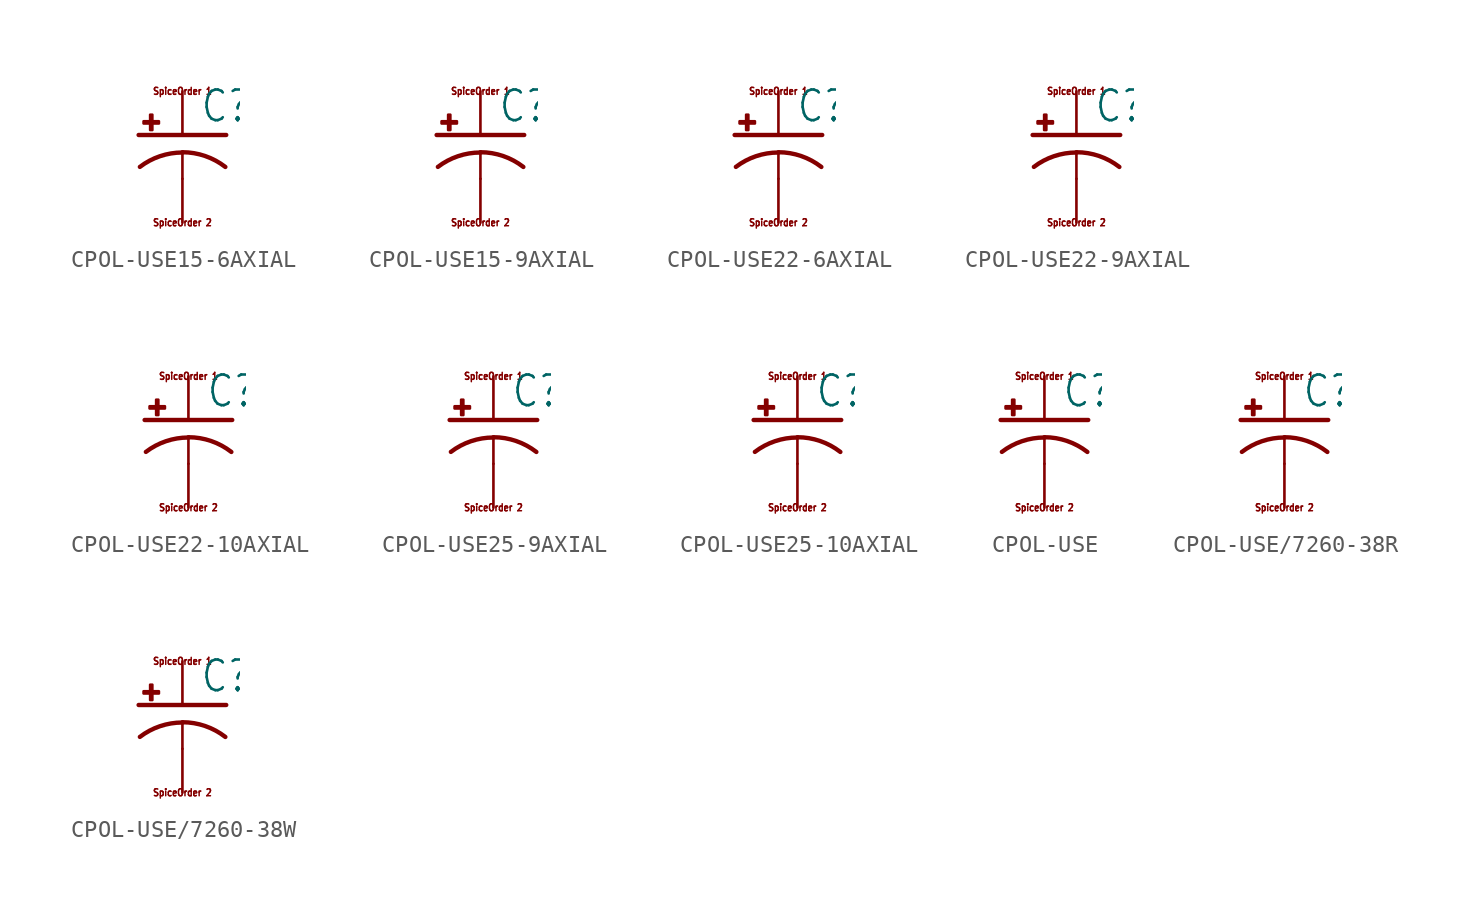
<source format=kicad_sym>
(kicad_symbol_lib
  (version 20231120)
  (generator "kicad_symbol_editor")
  (generator_version "8.0")
  (symbol "CPOL-USE15-6AXIAL"
    (property "Reference" "C"
      (at 1.016 0.635 0)
      (effects (font (size 1.778 1.511)) (justify left bottom)))
    (property "Value" ""
      (at 1.016 -4.191 0)
      (effects (font (size 1.778 1.511)) (justify left bottom)))
    (property "ki_locked" ""
      (at 0 0 0)
      (effects (font (size 1.27 1.27))))
    (symbol "CPOL-USE15-6AXIAL_1_0"
      (rectangle (start -2.253 0.668) (end -1.364 0.795) (stroke (width 0) (type default)) (fill (type outline)))
      (rectangle (start -1.872 0.287) (end -1.745 1.176) (stroke (width 0) (type default)) (fill (type outline)))
      (arc (start 0 -1.0161) (mid -1.3021 -1.2303) (end -2.4669 -1.8504) (stroke (width 0.254) (type solid)) (fill (type none)))
      (polyline (pts (xy -2.54 0) (xy 2.54 0)) (stroke (width 0.254) (type solid)) (fill (type none)))
      (polyline (pts (xy 0 -1.016) (xy 0 -2.54)) (stroke (width 0.152) (type solid)) (fill (type none)))
      (arc (start 2.4892 -1.8541) (mid 1.3158 -1.2194) (end 0 -1) (stroke (width 0.254) (type solid)) (fill (type none)))
      (text "SpiceOrder 1" (at 0 2.54 0) (effects (font (size 0.406 0.345))))
      (text "SpiceOrder 2" (at 0 -5.08 0) (effects (font (size 0.406 0.345))))
      (pin passive line (at 0 2.54 270) (length 2.54) (name "+" (effects (font (size 0 0)))) (number "+" (effects (font (size 0 0)))))
      (pin passive line (at 0 -5.08 90) (length 2.54) (name "-" (effects (font (size 0 0)))) (number "-" (effects (font (size 0 0)))))))
  (symbol "CPOL-USE15-9AXIAL"
    (property "Reference" "C"
      (at 1.016 0.635 0)
      (effects (font (size 1.778 1.511)) (justify left bottom)))
    (property "Value" ""
      (at 1.016 -4.191 0)
      (effects (font (size 1.778 1.511)) (justify left bottom)))
    (property "ki_locked" ""
      (at 0 0 0)
      (effects (font (size 1.27 1.27))))
    (symbol "CPOL-USE15-9AXIAL_1_0"
      (rectangle (start -2.253 0.668) (end -1.364 0.795) (stroke (width 0) (type default)) (fill (type outline)))
      (rectangle (start -1.872 0.287) (end -1.745 1.176) (stroke (width 0) (type default)) (fill (type outline)))
      (arc (start 0 -1.0161) (mid -1.3021 -1.2303) (end -2.4669 -1.8504) (stroke (width 0.254) (type solid)) (fill (type none)))
      (polyline (pts (xy -2.54 0) (xy 2.54 0)) (stroke (width 0.254) (type solid)) (fill (type none)))
      (polyline (pts (xy 0 -1.016) (xy 0 -2.54)) (stroke (width 0.152) (type solid)) (fill (type none)))
      (arc (start 2.4892 -1.8541) (mid 1.3158 -1.2194) (end 0 -1) (stroke (width 0.254) (type solid)) (fill (type none)))
      (text "SpiceOrder 1" (at 0 2.54 0) (effects (font (size 0.406 0.345))))
      (text "SpiceOrder 2" (at 0 -5.08 0) (effects (font (size 0.406 0.345))))
      (pin passive line (at 0 2.54 270) (length 2.54) (name "+" (effects (font (size 0 0)))) (number "+" (effects (font (size 0 0)))))
      (pin passive line (at 0 -5.08 90) (length 2.54) (name "-" (effects (font (size 0 0)))) (number "-" (effects (font (size 0 0)))))))
  (symbol "CPOL-USE22-6AXIAL"
    (property "Reference" "C"
      (at 1.016 0.635 0)
      (effects (font (size 1.778 1.511)) (justify left bottom)))
    (property "Value" ""
      (at 1.016 -4.191 0)
      (effects (font (size 1.778 1.511)) (justify left bottom)))
    (property "ki_locked" ""
      (at 0 0 0)
      (effects (font (size 1.27 1.27))))
    (symbol "CPOL-USE22-6AXIAL_1_0"
      (rectangle (start -2.253 0.668) (end -1.364 0.795) (stroke (width 0) (type default)) (fill (type outline)))
      (rectangle (start -1.872 0.287) (end -1.745 1.176) (stroke (width 0) (type default)) (fill (type outline)))
      (arc (start 0 -1.0161) (mid -1.3021 -1.2303) (end -2.4669 -1.8504) (stroke (width 0.254) (type solid)) (fill (type none)))
      (polyline (pts (xy -2.54 0) (xy 2.54 0)) (stroke (width 0.254) (type solid)) (fill (type none)))
      (polyline (pts (xy 0 -1.016) (xy 0 -2.54)) (stroke (width 0.152) (type solid)) (fill (type none)))
      (arc (start 2.4892 -1.8541) (mid 1.3158 -1.2194) (end 0 -1) (stroke (width 0.254) (type solid)) (fill (type none)))
      (text "SpiceOrder 1" (at 0 2.54 0) (effects (font (size 0.406 0.345))))
      (text "SpiceOrder 2" (at 0 -5.08 0) (effects (font (size 0.406 0.345))))
      (pin passive line (at 0 2.54 270) (length 2.54) (name "+" (effects (font (size 0 0)))) (number "+" (effects (font (size 0 0)))))
      (pin passive line (at 0 -5.08 90) (length 2.54) (name "-" (effects (font (size 0 0)))) (number "-" (effects (font (size 0 0)))))))
  (symbol "CPOL-USE22-9AXIAL"
    (property "Reference" "C"
      (at 1.016 0.635 0)
      (effects (font (size 1.778 1.511)) (justify left bottom)))
    (property "Value" ""
      (at 1.016 -4.191 0)
      (effects (font (size 1.778 1.511)) (justify left bottom)))
    (property "ki_locked" ""
      (at 0 0 0)
      (effects (font (size 1.27 1.27))))
    (symbol "CPOL-USE22-9AXIAL_1_0"
      (rectangle (start -2.253 0.668) (end -1.364 0.795) (stroke (width 0) (type default)) (fill (type outline)))
      (rectangle (start -1.872 0.287) (end -1.745 1.176) (stroke (width 0) (type default)) (fill (type outline)))
      (arc (start 0 -1.0161) (mid -1.3021 -1.2303) (end -2.4669 -1.8504) (stroke (width 0.254) (type solid)) (fill (type none)))
      (polyline (pts (xy -2.54 0) (xy 2.54 0)) (stroke (width 0.254) (type solid)) (fill (type none)))
      (polyline (pts (xy 0 -1.016) (xy 0 -2.54)) (stroke (width 0.152) (type solid)) (fill (type none)))
      (arc (start 2.4892 -1.8541) (mid 1.3158 -1.2194) (end 0 -1) (stroke (width 0.254) (type solid)) (fill (type none)))
      (text "SpiceOrder 1" (at 0 2.54 0) (effects (font (size 0.406 0.345))))
      (text "SpiceOrder 2" (at 0 -5.08 0) (effects (font (size 0.406 0.345))))
      (pin passive line (at 0 2.54 270) (length 2.54) (name "+" (effects (font (size 0 0)))) (number "+" (effects (font (size 0 0)))))
      (pin passive line (at 0 -5.08 90) (length 2.54) (name "-" (effects (font (size 0 0)))) (number "-" (effects (font (size 0 0)))))))
  (symbol "CPOL-USE22-10AXIAL"
    (property "Reference" "C"
      (at 1.016 0.635 0)
      (effects (font (size 1.778 1.511)) (justify left bottom)))
    (property "Value" ""
      (at 1.016 -4.191 0)
      (effects (font (size 1.778 1.511)) (justify left bottom)))
    (property "ki_locked" ""
      (at 0 0 0)
      (effects (font (size 1.27 1.27))))
    (symbol "CPOL-USE22-10AXIAL_1_0"
      (rectangle (start -2.253 0.668) (end -1.364 0.795) (stroke (width 0) (type default)) (fill (type outline)))
      (rectangle (start -1.872 0.287) (end -1.745 1.176) (stroke (width 0) (type default)) (fill (type outline)))
      (arc (start 0 -1.0161) (mid -1.3021 -1.2303) (end -2.4669 -1.8504) (stroke (width 0.254) (type solid)) (fill (type none)))
      (polyline (pts (xy -2.54 0) (xy 2.54 0)) (stroke (width 0.254) (type solid)) (fill (type none)))
      (polyline (pts (xy 0 -1.016) (xy 0 -2.54)) (stroke (width 0.152) (type solid)) (fill (type none)))
      (arc (start 2.4892 -1.8541) (mid 1.3158 -1.2194) (end 0 -1) (stroke (width 0.254) (type solid)) (fill (type none)))
      (text "SpiceOrder 1" (at 0 2.54 0) (effects (font (size 0.406 0.345))))
      (text "SpiceOrder 2" (at 0 -5.08 0) (effects (font (size 0.406 0.345))))
      (pin passive line (at 0 2.54 270) (length 2.54) (name "+" (effects (font (size 0 0)))) (number "+" (effects (font (size 0 0)))))
      (pin passive line (at 0 -5.08 90) (length 2.54) (name "-" (effects (font (size 0 0)))) (number "-" (effects (font (size 0 0)))))))
  (symbol "CPOL-USE25-9AXIAL"
    (property "Reference" "C"
      (at 1.016 0.635 0)
      (effects (font (size 1.778 1.511)) (justify left bottom)))
    (property "Value" ""
      (at 1.016 -4.191 0)
      (effects (font (size 1.778 1.511)) (justify left bottom)))
    (property "ki_locked" ""
      (at 0 0 0)
      (effects (font (size 1.27 1.27))))
    (symbol "CPOL-USE25-9AXIAL_1_0"
      (rectangle (start -2.253 0.668) (end -1.364 0.795) (stroke (width 0) (type default)) (fill (type outline)))
      (rectangle (start -1.872 0.287) (end -1.745 1.176) (stroke (width 0) (type default)) (fill (type outline)))
      (arc (start 0 -1.0161) (mid -1.3021 -1.2303) (end -2.4669 -1.8504) (stroke (width 0.254) (type solid)) (fill (type none)))
      (polyline (pts (xy -2.54 0) (xy 2.54 0)) (stroke (width 0.254) (type solid)) (fill (type none)))
      (polyline (pts (xy 0 -1.016) (xy 0 -2.54)) (stroke (width 0.152) (type solid)) (fill (type none)))
      (arc (start 2.4892 -1.8541) (mid 1.3158 -1.2194) (end 0 -1) (stroke (width 0.254) (type solid)) (fill (type none)))
      (text "SpiceOrder 1" (at 0 2.54 0) (effects (font (size 0.406 0.345))))
      (text "SpiceOrder 2" (at 0 -5.08 0) (effects (font (size 0.406 0.345))))
      (pin passive line (at 0 2.54 270) (length 2.54) (name "+" (effects (font (size 0 0)))) (number "+" (effects (font (size 0 0)))))
      (pin passive line (at 0 -5.08 90) (length 2.54) (name "-" (effects (font (size 0 0)))) (number "-" (effects (font (size 0 0)))))))
  (symbol "CPOL-USE25-10AXIAL"
    (property "Reference" "C"
      (at 1.016 0.635 0)
      (effects (font (size 1.778 1.511)) (justify left bottom)))
    (property "Value" ""
      (at 1.016 -4.191 0)
      (effects (font (size 1.778 1.511)) (justify left bottom)))
    (property "ki_locked" ""
      (at 0 0 0)
      (effects (font (size 1.27 1.27))))
    (symbol "CPOL-USE25-10AXIAL_1_0"
      (rectangle (start -2.253 0.668) (end -1.364 0.795) (stroke (width 0) (type default)) (fill (type outline)))
      (rectangle (start -1.872 0.287) (end -1.745 1.176) (stroke (width 0) (type default)) (fill (type outline)))
      (arc (start 0 -1.0161) (mid -1.3021 -1.2303) (end -2.4669 -1.8504) (stroke (width 0.254) (type solid)) (fill (type none)))
      (polyline (pts (xy -2.54 0) (xy 2.54 0)) (stroke (width 0.254) (type solid)) (fill (type none)))
      (polyline (pts (xy 0 -1.016) (xy 0 -2.54)) (stroke (width 0.152) (type solid)) (fill (type none)))
      (arc (start 2.4892 -1.8541) (mid 1.3158 -1.2194) (end 0 -1) (stroke (width 0.254) (type solid)) (fill (type none)))
      (text "SpiceOrder 1" (at 0 2.54 0) (effects (font (size 0.406 0.345))))
      (text "SpiceOrder 2" (at 0 -5.08 0) (effects (font (size 0.406 0.345))))
      (pin passive line (at 0 2.54 270) (length 2.54) (name "+" (effects (font (size 0 0)))) (number "+" (effects (font (size 0 0)))))
      (pin passive line (at 0 -5.08 90) (length 2.54) (name "-" (effects (font (size 0 0)))) (number "-" (effects (font (size 0 0)))))))
  (symbol "CPOL-USE"
    (property "Reference" "C"
      (at 1.016 0.635 0)
      (effects (font (size 1.778 1.511)) (justify left bottom)))
    (property "Value" ""
      (at 1.016 -4.191 0)
      (effects (font (size 1.778 1.511)) (justify left bottom)))
    (property "ki_locked" ""
      (at 0 0 0)
      (effects (font (size 1.27 1.27))))
    (symbol "CPOL-USE_1_0"
      (rectangle (start -2.253 0.668) (end -1.364 0.795) (stroke (width 0) (type default)) (fill (type outline)))
      (rectangle (start -1.872 0.287) (end -1.745 1.176) (stroke (width 0) (type default)) (fill (type outline)))
      (arc (start 0 -1.0161) (mid -1.3021 -1.2303) (end -2.4669 -1.8504) (stroke (width 0.254) (type solid)) (fill (type none)))
      (polyline (pts (xy -2.54 0) (xy 2.54 0)) (stroke (width 0.254) (type solid)) (fill (type none)))
      (polyline (pts (xy 0 -1.016) (xy 0 -2.54)) (stroke (width 0.152) (type solid)) (fill (type none)))
      (arc (start 2.4892 -1.8541) (mid 1.3158 -1.2194) (end 0 -1) (stroke (width 0.254) (type solid)) (fill (type none)))
      (text "SpiceOrder 1" (at 0 2.54 0) (effects (font (size 0.406 0.345))))
      (text "SpiceOrder 2" (at 0 -5.08 0) (effects (font (size 0.406 0.345))))
      (pin passive line (at 0 2.54 270) (length 2.54) (name "+" (effects (font (size 0 0)))) (number "+" (effects (font (size 0 0)))))
      (pin passive line (at 0 -5.08 90) (length 2.54) (name "-" (effects (font (size 0 0)))) (number "-" (effects (font (size 0 0)))))))
  (symbol "CPOL-USE/7260-38R"
    (property "Reference" "C"
      (at 1.016 0.635 0)
      (effects (font (size 1.778 1.511)) (justify left bottom)))
    (property "Value" ""
      (at 1.016 -4.191 0)
      (effects (font (size 1.778 1.511)) (justify left bottom)))
    (property "ki_locked" ""
      (at 0 0 0)
      (effects (font (size 1.27 1.27))))
    (symbol "CPOL-USE/7260-38R_1_0"
      (rectangle (start -2.253 0.668) (end -1.364 0.795) (stroke (width 0) (type default)) (fill (type outline)))
      (rectangle (start -1.872 0.287) (end -1.745 1.176) (stroke (width 0) (type default)) (fill (type outline)))
      (arc (start 0 -1.0161) (mid -1.3021 -1.2303) (end -2.4669 -1.8504) (stroke (width 0.254) (type solid)) (fill (type none)))
      (polyline (pts (xy -2.54 0) (xy 2.54 0)) (stroke (width 0.254) (type solid)) (fill (type none)))
      (polyline (pts (xy 0 -1.016) (xy 0 -2.54)) (stroke (width 0.152) (type solid)) (fill (type none)))
      (arc (start 2.4892 -1.8541) (mid 1.3158 -1.2194) (end 0 -1) (stroke (width 0.254) (type solid)) (fill (type none)))
      (text "SpiceOrder 1" (at 0 2.54 0) (effects (font (size 0.406 0.345))))
      (text "SpiceOrder 2" (at 0 -5.08 0) (effects (font (size 0.406 0.345))))
      (pin passive line (at 0 2.54 270) (length 2.54) (name "+" (effects (font (size 0 0)))) (number "+" (effects (font (size 0 0)))))
      (pin passive line (at 0 -5.08 90) (length 2.54) (name "-" (effects (font (size 0 0)))) (number "-" (effects (font (size 0 0)))))))
  (symbol "CPOL-USE/7260-38W"
    (property "Reference" "C"
      (at 1.016 0.635 0)
      (effects (font (size 1.778 1.511)) (justify left bottom)))
    (property "Value" ""
      (at 1.016 -4.191 0)
      (effects (font (size 1.778 1.511)) (justify left bottom)))
    (property "ki_locked" ""
      (at 0 0 0)
      (effects (font (size 1.27 1.27))))
    (symbol "CPOL-USE/7260-38W_1_0"
      (rectangle (start -2.253 0.668) (end -1.364 0.795) (stroke (width 0) (type default)) (fill (type outline)))
      (rectangle (start -1.872 0.287) (end -1.745 1.176) (stroke (width 0) (type default)) (fill (type outline)))
      (arc (start 0 -1.0161) (mid -1.3021 -1.2303) (end -2.4669 -1.8504) (stroke (width 0.254) (type solid)) (fill (type none)))
      (polyline (pts (xy -2.54 0) (xy 2.54 0)) (stroke (width 0.254) (type solid)) (fill (type none)))
      (polyline (pts (xy 0 -1.016) (xy 0 -2.54)) (stroke (width 0.152) (type solid)) (fill (type none)))
      (arc (start 2.4892 -1.8541) (mid 1.3158 -1.2194) (end 0 -1) (stroke (width 0.254) (type solid)) (fill (type none)))
      (text "SpiceOrder 1" (at 0 2.54 0) (effects (font (size 0.406 0.345))))
      (text "SpiceOrder 2" (at 0 -5.08 0) (effects (font (size 0.406 0.345))))
      (pin passive line (at 0 2.54 270) (length 2.54) (name "+" (effects (font (size 0 0)))) (number "+" (effects (font (size 0 0)))))
      (pin passive line (at 0 -5.08 90) (length 2.54) (name "-" (effects (font (size 0 0)))) (number "-" (effects (font (size 0 0))))))))
</source>
